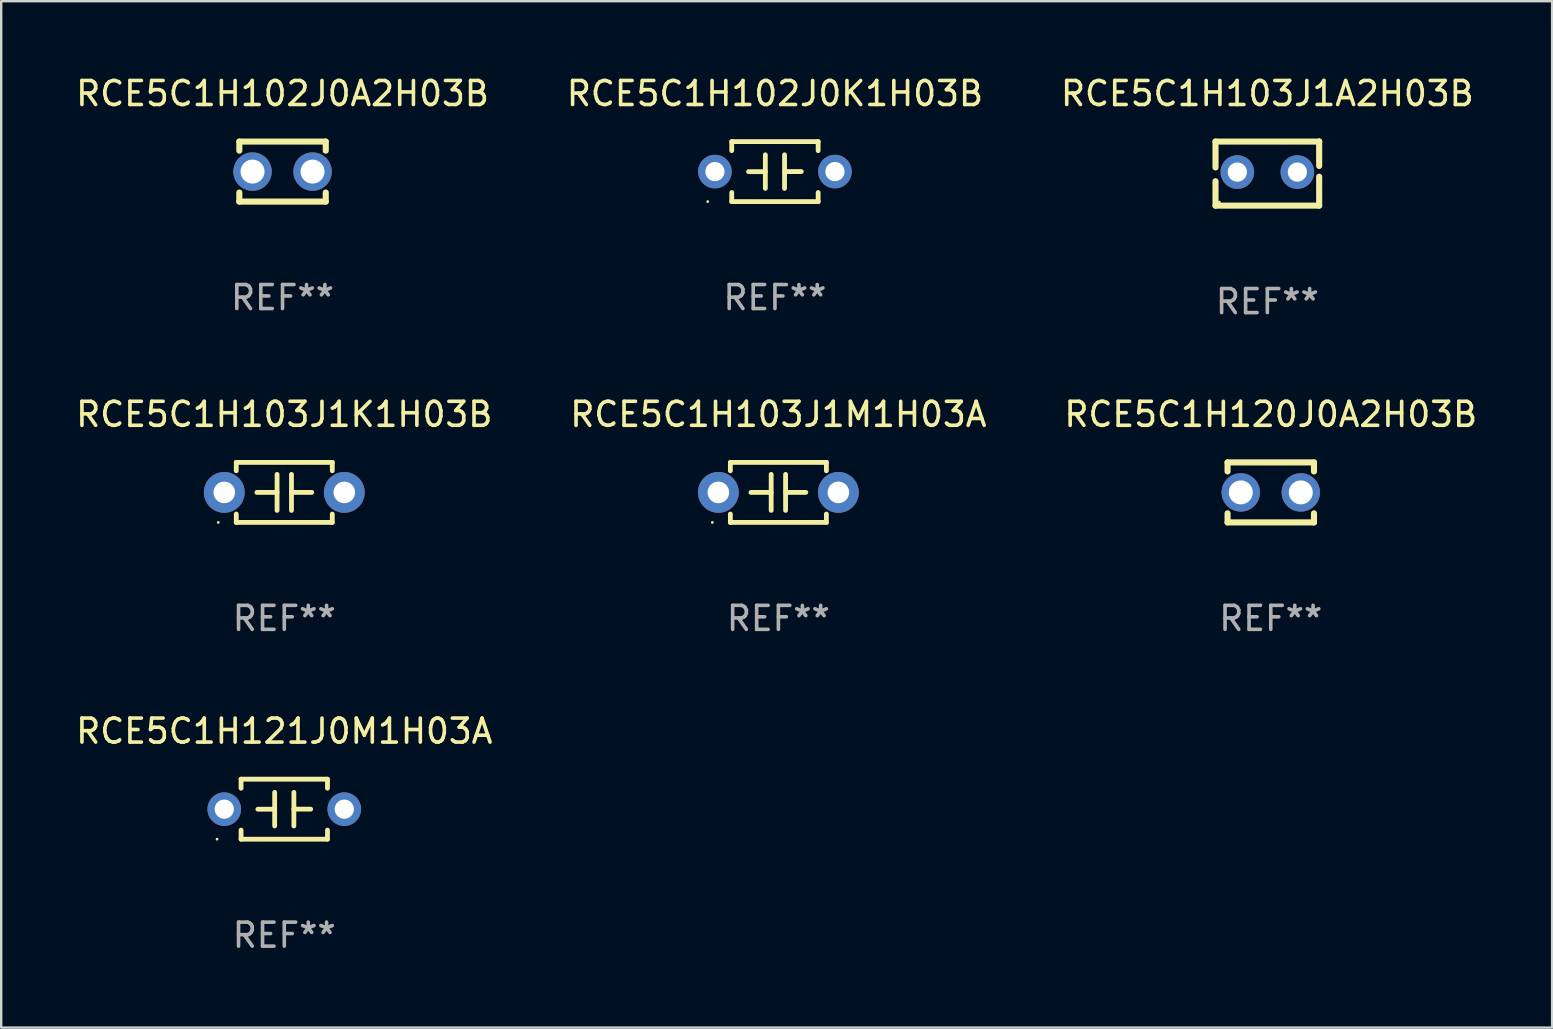
<source format=kicad_pcb>
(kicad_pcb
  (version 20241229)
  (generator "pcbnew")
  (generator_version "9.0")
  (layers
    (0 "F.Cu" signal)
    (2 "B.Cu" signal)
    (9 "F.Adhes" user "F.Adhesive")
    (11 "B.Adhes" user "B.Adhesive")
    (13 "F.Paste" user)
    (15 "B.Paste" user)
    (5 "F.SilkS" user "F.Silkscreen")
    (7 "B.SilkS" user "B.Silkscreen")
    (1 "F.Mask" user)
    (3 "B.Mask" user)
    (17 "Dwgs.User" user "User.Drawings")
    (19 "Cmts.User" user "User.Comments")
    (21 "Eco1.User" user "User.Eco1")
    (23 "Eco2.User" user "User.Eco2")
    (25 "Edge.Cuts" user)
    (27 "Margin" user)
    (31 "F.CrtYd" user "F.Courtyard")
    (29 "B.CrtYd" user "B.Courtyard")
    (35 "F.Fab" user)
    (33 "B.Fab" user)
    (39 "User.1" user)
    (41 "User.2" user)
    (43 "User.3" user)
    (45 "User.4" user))
  (footprint "RCE5C1H120J0A2H03B"
    (layer "F.Cu")
    (at 49.887 17.462)
    (property "Reference" "RCE5C1H120J0A2H03B" (at 0 -3.25 0) (layer "F.SilkS") (effects (font (size 1 1) (thickness 0.15))))
    (attr through_hole)
    (fp_line (start -1.8 -1.25) (end -1.8 -0.872) (stroke (width 0.254) (type solid)) (layer "F.SilkS"))
    (fp_line (start -1.8 -1.25) (end 1.8 -1.25) (stroke (width 0.254) (type solid)) (layer "F.SilkS"))
    (fp_line (start -1.8 0.872) (end -1.8 1.25) (stroke (width 0.254) (type solid)) (layer "F.SilkS"))
    (fp_line (start -1.8 1.25) (end 1.8 1.25) (stroke (width 0.254) (type solid)) (layer "F.SilkS"))
    (fp_line (start 1.8 -1.25) (end 1.8 -0.872) (stroke (width 0.254) (type solid)) (layer "F.SilkS"))
    (fp_line (start 1.8 0.872) (end 1.8 1.25) (stroke (width 0.254) (type solid)) (layer "F.SilkS"))
    (fp_circle (center -1.8 1.25) (end -1.77 1.25) (stroke (width 0.06) (type solid)) (fill no) (layer "F.SilkS"))
    (fp_text user "REF**" (at 0 5.25 0) (layer "F.Fab") (effects (font (size 1 1) (thickness 0.15))))
    (pad "1" thru_hole circle (at -1.25 0) (size 1.6 1.6) (drill 1) (layers "*.Cu" "*.Mask"))
    (pad "2" thru_hole circle (at 1.25 0) (size 1.6 1.6) (drill 1) (layers "*.Cu" "*.Mask")))
  (footprint "RCE5C1H121J0M1H03A"
    (layer "F.Cu")
    (at 8.792 30.658)
    (property "Reference" "RCE5C1H121J0M1H03A" (at 0 -3.25 0) (layer "F.SilkS") (effects (font (size 1 1) (thickness 0.15))))
    (attr through_hole)
    (fp_line (start -1.8 -1.25) (end -1.8 -0.872) (stroke (width 0.2) (type solid)) (layer "F.SilkS"))
    (fp_line (start -1.8 -1.25) (end 1.8 -1.25) (stroke (width 0.2) (type solid)) (layer "F.SilkS"))
    (fp_line (start -1.8 0.872) (end -1.8 1.25) (stroke (width 0.2) (type solid)) (layer "F.SilkS"))
    (fp_line (start -1.8 1.25) (end 1.8 1.25) (stroke (width 0.2) (type solid)) (layer "F.SilkS"))
    (fp_line (start -0.4 -0.7) (end -0.4 0.7) (stroke (width 0.2) (type solid)) (layer "F.SilkS"))
    (fp_line (start -0.4 0.002) (end -1.1 0.002) (stroke (width 0.2) (type solid)) (layer "F.SilkS"))
    (fp_line (start 0.4 -0.001) (end 1.1 -0.001) (stroke (width 0.2) (type solid)) (layer "F.SilkS"))
    (fp_line (start 0.4 0.7) (end 0.4 -0.7) (stroke (width 0.2) (type solid)) (layer "F.SilkS"))
    (fp_line (start 1.8 -1.25) (end 1.8 -0.872) (stroke (width 0.2) (type solid)) (layer "F.SilkS"))
    (fp_line (start 1.8 0.872) (end 1.8 1.25) (stroke (width 0.2) (type solid)) (layer "F.SilkS"))
    (fp_circle (center -2.8 1.25) (end -2.77 1.25) (stroke (width 0.06) (type solid)) (fill no) (layer "F.SilkS"))
    (fp_text user "REF**" (at 0 5.25 0) (layer "F.Fab") (effects (font (size 1 1) (thickness 0.15))))
    (pad "1" thru_hole circle (at -2.5 0) (size 1.4 1.4) (drill 0.8) (layers "*.Cu" "*.Mask"))
    (pad "2" thru_hole circle (at 2.5 0) (size 1.4 1.4) (drill 0.8) (layers "*.Cu" "*.Mask")))
  (footprint "RCE5C1H102J0A2H03B"
    (layer "F.Cu")
    (at 8.72 4.098)
    (property "Reference" "RCE5C1H102J0A2H03B" (at 0 -3.25 0) (layer "F.SilkS") (effects (font (size 1 1) (thickness 0.15))))
    (attr through_hole)
    (fp_line (start -1.8 -1.25) (end -1.8 -0.872) (stroke (width 0.254) (type solid)) (layer "F.SilkS"))
    (fp_line (start -1.8 -1.25) (end 1.8 -1.25) (stroke (width 0.254) (type solid)) (layer "F.SilkS"))
    (fp_line (start -1.8 0.872) (end -1.8 1.25) (stroke (width 0.254) (type solid)) (layer "F.SilkS"))
    (fp_line (start -1.8 1.25) (end 1.8 1.25) (stroke (width 0.254) (type solid)) (layer "F.SilkS"))
    (fp_line (start 1.8 -1.25) (end 1.8 -0.872) (stroke (width 0.254) (type solid)) (layer "F.SilkS"))
    (fp_line (start 1.8 0.872) (end 1.8 1.25) (stroke (width 0.254) (type solid)) (layer "F.SilkS"))
    (fp_circle (center -1.8 1.25) (end -1.77 1.25) (stroke (width 0.06) (type solid)) (fill no) (layer "F.SilkS"))
    (fp_text user "REF**" (at 0 5.25 0) (layer "F.Fab") (effects (font (size 1 1) (thickness 0.15))))
    (pad "1" thru_hole circle (at -1.25 0) (size 1.6 1.6) (drill 1) (layers "*.Cu" "*.Mask"))
    (pad "2" thru_hole circle (at 1.25 0) (size 1.6 1.6) (drill 1) (layers "*.Cu" "*.Mask")))
  (footprint "RCE5C1H102J0K1H03B"
    (layer "F.Cu")
    (at 29.232 4.098)
    (property "Reference" "RCE5C1H102J0K1H03B" (at 0 -3.25 0) (layer "F.SilkS") (effects (font (size 1 1) (thickness 0.15))))
    (attr through_hole)
    (fp_line (start -1.8 -1.25) (end -1.8 -0.872) (stroke (width 0.2) (type solid)) (layer "F.SilkS"))
    (fp_line (start -1.8 -1.25) (end 1.8 -1.25) (stroke (width 0.2) (type solid)) (layer "F.SilkS"))
    (fp_line (start -1.8 0.872) (end -1.8 1.25) (stroke (width 0.2) (type solid)) (layer "F.SilkS"))
    (fp_line (start -1.8 1.25) (end 1.8 1.25) (stroke (width 0.2) (type solid)) (layer "F.SilkS"))
    (fp_line (start -0.4 -0.7) (end -0.4 0.7) (stroke (width 0.2) (type solid)) (layer "F.SilkS"))
    (fp_line (start -0.4 0.002) (end -1.1 0.002) (stroke (width 0.2) (type solid)) (layer "F.SilkS"))
    (fp_line (start 0.4 -0.001) (end 1.1 -0.001) (stroke (width 0.2) (type solid)) (layer "F.SilkS"))
    (fp_line (start 0.4 0.7) (end 0.4 -0.7) (stroke (width 0.2) (type solid)) (layer "F.SilkS"))
    (fp_line (start 1.8 -1.25) (end 1.8 -0.872) (stroke (width 0.2) (type solid)) (layer "F.SilkS"))
    (fp_line (start 1.8 0.872) (end 1.8 1.25) (stroke (width 0.2) (type solid)) (layer "F.SilkS"))
    (fp_circle (center -2.8 1.25) (end -2.77 1.25) (stroke (width 0.06) (type solid)) (fill no) (layer "F.SilkS"))
    (fp_text user "REF**" (at 0 5.25 0) (layer "F.Fab") (effects (font (size 1 1) (thickness 0.15))))
    (pad "1" thru_hole circle (at -2.5 0) (size 1.4 1.4) (drill 0.8) (layers "*.Cu" "*.Mask"))
    (pad "2" thru_hole circle (at 2.5 0) (size 1.4 1.4) (drill 0.8) (layers "*.Cu" "*.Mask")))
  (footprint "RCE5C1H103J1M1H03A"
    (layer "F.Cu")
    (at 29.375 17.462)
    (property "Reference" "RCE5C1H103J1M1H03A" (at 0 -3.25 0) (layer "F.SilkS") (effects (font (size 1 1) (thickness 0.15))))
    (attr through_hole)
    (fp_line (start -2 -1.25) (end -2 -0.901) (stroke (width 0.2) (type solid)) (layer "F.SilkS"))
    (fp_line (start -2 -1.25) (end 2 -1.25) (stroke (width 0.2) (type solid)) (layer "F.SilkS"))
    (fp_line (start -2 0.901) (end -2 1.25) (stroke (width 0.2) (type solid)) (layer "F.SilkS"))
    (fp_line (start -0.3 -0.75) (end -0.3 0.75) (stroke (width 0.2) (type solid)) (layer "F.SilkS"))
    (fp_line (start -0.3 0.001) (end -1.143 0.001) (stroke (width 0.2) (type solid)) (layer "F.SilkS"))
    (fp_line (start 0.3 -0.001) (end 1.143 -0.001) (stroke (width 0.2) (type solid)) (layer "F.SilkS"))
    (fp_line (start 0.3 0.75) (end 0.3 -0.75) (stroke (width 0.2) (type solid)) (layer "F.SilkS"))
    (fp_line (start 2 -1.25) (end 2 -0.901) (stroke (width 0.2) (type solid)) (layer "F.SilkS"))
    (fp_line (start 2 0.901) (end 2 1.25) (stroke (width 0.2) (type solid)) (layer "F.SilkS"))
    (fp_line (start 2 1.25) (end -2 1.25) (stroke (width 0.2) (type solid)) (layer "F.SilkS"))
    (fp_circle (center -2.75 1.25) (end -2.72 1.25) (stroke (width 0.06) (type solid)) (fill no) (layer "F.SilkS"))
    (fp_text user "REF**" (at 0 5.25 0) (layer "F.Fab") (effects (font (size 1 1) (thickness 0.15))))
    (pad "1" thru_hole circle (at -2.5 0) (size 1.7 1.7) (drill 0.9) (layers "*.Cu" "*.Mask"))
    (pad "2" thru_hole circle (at 2.5 0) (size 1.7 1.7) (drill 0.9) (layers "*.Cu" "*.Mask")))
  (footprint "RCE5C1H103J1A2H03B"
    (layer "F.Cu")
    (at 49.744 4.182)
    (property "Reference" "RCE5C1H103J1A2H03B" (at 0 -3.334 0) (layer "F.SilkS") (effects (font (size 1 1) (thickness 0.15))))
    (attr through_hole)
    (fp_line (start -2.159 -1.334) (end 2.159 -1.334) (stroke (width 0.254) (type solid)) (layer "F.SilkS"))
    (fp_line (start -2.159 -0.256) (end -2.159 -1.334) (stroke (width 0.254) (type solid)) (layer "F.SilkS"))
    (fp_line (start -2.159 1.334) (end -2.159 0.318) (stroke (width 0.254) (type solid)) (layer "F.SilkS"))
    (fp_line (start 2.159 -1.334) (end 2.159 -1.334) (stroke (width 0.254) (type solid)) (layer "F.SilkS"))
    (fp_line (start 2.159 -1.334) (end 2.159 -0.318) (stroke (width 0.254) (type solid)) (layer "F.SilkS"))
    (fp_line (start 2.159 0.129) (end 2.159 1.334) (stroke (width 0.254) (type solid)) (layer "F.SilkS"))
    (fp_line (start 2.159 1.334) (end -2.159 1.334) (stroke (width 0.254) (type solid)) (layer "F.SilkS"))
    (fp_circle (center -2 1.186) (end -1.97 1.186) (stroke (width 0.06) (type solid)) (fill no) (layer "F.SilkS"))
    (fp_text user "REF**" (at 0 5.334 0) (layer "F.Fab") (effects (font (size 1 1) (thickness 0.15))))
    (pad "1" thru_hole circle (at -1.25 -0.064) (size 1.4 1.4) (drill 0.8) (layers "*.Cu" "*.Mask"))
    (pad "2" thru_hole circle (at 1.25 -0.064) (size 1.4 1.4) (drill 0.8) (layers "*.Cu" "*.Mask")))
  (footprint "RCE5C1H103J1K1H03B"
    (layer "F.Cu")
    (at 8.792 17.462)
    (property "Reference" "RCE5C1H103J1K1H03B" (at 0 -3.25 0) (layer "F.SilkS") (effects (font (size 1 1) (thickness 0.15))))
    (attr through_hole)
    (fp_line (start -2 -1.25) (end -2 -0.901) (stroke (width 0.2) (type solid)) (layer "F.SilkS"))
    (fp_line (start -2 -1.25) (end 2 -1.25) (stroke (width 0.2) (type solid)) (layer "F.SilkS"))
    (fp_line (start -2 0.901) (end -2 1.25) (stroke (width 0.2) (type solid)) (layer "F.SilkS"))
    (fp_line (start -0.3 -0.75) (end -0.3 0.75) (stroke (width 0.2) (type solid)) (layer "F.SilkS"))
    (fp_line (start -0.3 0.001) (end -1.143 0.001) (stroke (width 0.2) (type solid)) (layer "F.SilkS"))
    (fp_line (start 0.3 -0.001) (end 1.143 -0.001) (stroke (width 0.2) (type solid)) (layer "F.SilkS"))
    (fp_line (start 0.3 0.75) (end 0.3 -0.75) (stroke (width 0.2) (type solid)) (layer "F.SilkS"))
    (fp_line (start 2 -1.25) (end 2 -0.901) (stroke (width 0.2) (type solid)) (layer "F.SilkS"))
    (fp_line (start 2 0.901) (end 2 1.25) (stroke (width 0.2) (type solid)) (layer "F.SilkS"))
    (fp_line (start 2 1.25) (end -2 1.25) (stroke (width 0.2) (type solid)) (layer "F.SilkS"))
    (fp_circle (center -2.75 1.25) (end -2.72 1.25) (stroke (width 0.06) (type solid)) (fill no) (layer "F.SilkS"))
    (fp_text user "REF**" (at 0 5.25 0) (layer "F.Fab") (effects (font (size 1 1) (thickness 0.15))))
    (pad "1" thru_hole circle (at -2.5 0) (size 1.7 1.7) (drill 0.9) (layers "*.Cu" "*.Mask"))
    (pad "2" thru_hole circle (at 2.5 0) (size 1.7 1.7) (drill 0.9) (layers "*.Cu" "*.Mask")))
  (gr_rect
    (start -3 -3)
    (end 61.607 39.757)
    (stroke (width 0.1) (type default))
    (fill no)
    (layer "Edge.Cuts")))
</source>
